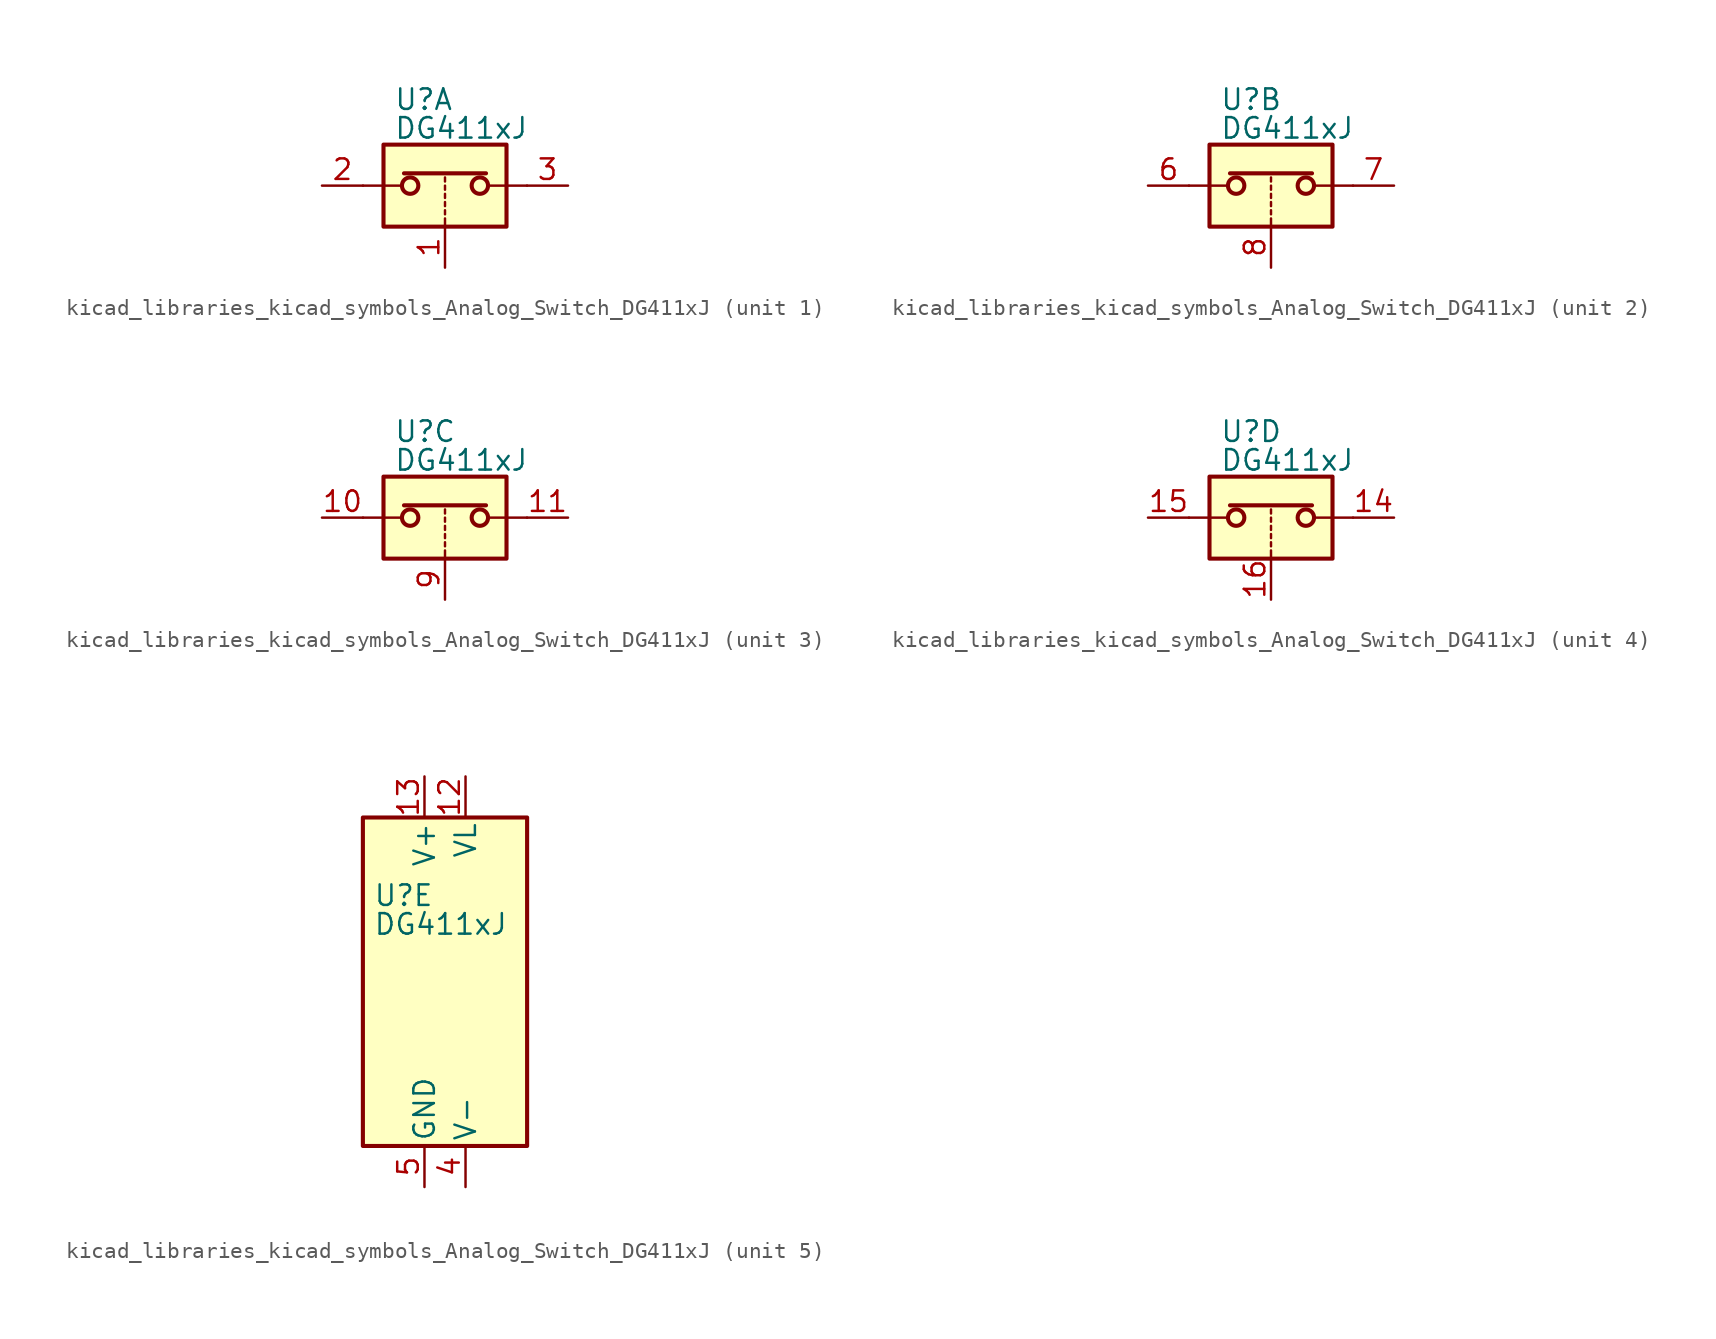
<source format=kicad_sym>
(kicad_symbol_lib
  (version 20220914)
  (generator kicad_symbol_editor)
  (symbol "kicad_libraries_kicad_symbols_Analog_Switch_DG411xJ"
    (pin_names
      (offset 0.254))
    (property "Reference" "U"
      (at -3.175 5.334 0)
      (effects (font (size 1.27 1.27)) (justify left)))
    (property "Value" "DG411xJ"
      (at -3.175 3.556 0)
      (effects (font (size 1.27 1.27)) (justify left)))
    (symbol "kicad_libraries_kicad_symbols_Analog_Switch_DG411xJ_1_1"
      (rectangle (start -3.81 2.54) (end 3.81 -2.54) (stroke (width 0.254) (type default)) (fill (type background)))
      (circle (center -2.159 0) (radius 0.508) (stroke (width 0.254) (type default)) (fill (type none)))
      (polyline (pts (xy -5.08 0) (xy -2.794 0)) (stroke (width 0) (type default)) (fill (type none)))
      (polyline (pts (xy -2.54 0.762) (xy 2.54 0.762)) (stroke (width 0.254) (type default)) (fill (type none)))
      (polyline (pts (xy 0 -2.54) (xy 0 -2.032)) (stroke (width 0) (type default)) (fill (type none)))
      (polyline (pts (xy 0 -1.778) (xy 0 -1.524)) (stroke (width 0) (type default)) (fill (type none)))
      (polyline (pts (xy 0 -1.27) (xy 0 -1.016)) (stroke (width 0) (type default)) (fill (type none)))
      (polyline (pts (xy 0 -0.762) (xy 0 -0.508)) (stroke (width 0) (type default)) (fill (type none)))
      (polyline (pts (xy 0 -0.254) (xy 0 0)) (stroke (width 0) (type default)) (fill (type none)))
      (polyline (pts (xy 0 0.254) (xy 0 0.508)) (stroke (width 0) (type default)) (fill (type none)))
      (polyline (pts (xy 5.08 0) (xy 2.794 0)) (stroke (width 0) (type default)) (fill (type none)))
      (circle (center 2.159 0) (radius 0.508) (stroke (width 0.254) (type default)) (fill (type none)))
      (pin input line (at 0 -5.08 90) (length 2.54) (name "~" (effects (font (size 1.27 1.27)))) (number "1" (effects (font (size 1.27 1.27)))))
      (pin passive line (at -7.62 0 0) (length 2.54) (name "~" (effects (font (size 1.27 1.27)))) (number "2" (effects (font (size 1.27 1.27)))))
      (pin passive line (at 7.62 0 180) (length 2.54) (name "~" (effects (font (size 1.27 1.27)))) (number "3" (effects (font (size 1.27 1.27))))))
    (symbol "kicad_libraries_kicad_symbols_Analog_Switch_DG411xJ_2_1"
      (rectangle (start -3.81 2.54) (end 3.81 -2.54) (stroke (width 0.254) (type default)) (fill (type background)))
      (circle (center -2.159 0) (radius 0.508) (stroke (width 0.254) (type default)) (fill (type none)))
      (polyline (pts (xy -5.08 0) (xy -2.794 0)) (stroke (width 0) (type default)) (fill (type none)))
      (polyline (pts (xy -2.54 0.762) (xy 2.54 0.762)) (stroke (width 0.254) (type default)) (fill (type none)))
      (polyline (pts (xy 0 -2.54) (xy 0 -2.032)) (stroke (width 0) (type default)) (fill (type none)))
      (polyline (pts (xy 0 -1.778) (xy 0 -1.524)) (stroke (width 0) (type default)) (fill (type none)))
      (polyline (pts (xy 0 -1.27) (xy 0 -1.016)) (stroke (width 0) (type default)) (fill (type none)))
      (polyline (pts (xy 0 -0.762) (xy 0 -0.508)) (stroke (width 0) (type default)) (fill (type none)))
      (polyline (pts (xy 0 -0.254) (xy 0 0)) (stroke (width 0) (type default)) (fill (type none)))
      (polyline (pts (xy 0 0.254) (xy 0 0.508)) (stroke (width 0) (type default)) (fill (type none)))
      (polyline (pts (xy 5.08 0) (xy 2.794 0)) (stroke (width 0) (type default)) (fill (type none)))
      (circle (center 2.159 0) (radius 0.508) (stroke (width 0.254) (type default)) (fill (type none)))
      (pin passive line (at -7.62 0 0) (length 2.54) (name "~" (effects (font (size 1.27 1.27)))) (number "6" (effects (font (size 1.27 1.27)))))
      (pin passive line (at 7.62 0 180) (length 2.54) (name "~" (effects (font (size 1.27 1.27)))) (number "7" (effects (font (size 1.27 1.27)))))
      (pin input line (at 0 -5.08 90) (length 2.54) (name "~" (effects (font (size 1.27 1.27)))) (number "8" (effects (font (size 1.27 1.27))))))
    (symbol "kicad_libraries_kicad_symbols_Analog_Switch_DG411xJ_3_1"
      (rectangle (start -3.81 2.54) (end 3.81 -2.54) (stroke (width 0.254) (type default)) (fill (type background)))
      (circle (center -2.159 0) (radius 0.508) (stroke (width 0.254) (type default)) (fill (type none)))
      (polyline (pts (xy -5.08 0) (xy -2.794 0)) (stroke (width 0) (type default)) (fill (type none)))
      (polyline (pts (xy -2.54 0.762) (xy 2.54 0.762)) (stroke (width 0.254) (type default)) (fill (type none)))
      (polyline (pts (xy 0 -2.54) (xy 0 -2.032)) (stroke (width 0) (type default)) (fill (type none)))
      (polyline (pts (xy 0 -1.778) (xy 0 -1.524)) (stroke (width 0) (type default)) (fill (type none)))
      (polyline (pts (xy 0 -1.27) (xy 0 -1.016)) (stroke (width 0) (type default)) (fill (type none)))
      (polyline (pts (xy 0 -0.762) (xy 0 -0.508)) (stroke (width 0) (type default)) (fill (type none)))
      (polyline (pts (xy 0 -0.254) (xy 0 0)) (stroke (width 0) (type default)) (fill (type none)))
      (polyline (pts (xy 0 0.254) (xy 0 0.508)) (stroke (width 0) (type default)) (fill (type none)))
      (polyline (pts (xy 5.08 0) (xy 2.794 0)) (stroke (width 0) (type default)) (fill (type none)))
      (circle (center 2.159 0) (radius 0.508) (stroke (width 0.254) (type default)) (fill (type none)))
      (pin passive line (at -7.62 0 0) (length 2.54) (name "~" (effects (font (size 1.27 1.27)))) (number "10" (effects (font (size 1.27 1.27)))))
      (pin passive line (at 7.62 0 180) (length 2.54) (name "~" (effects (font (size 1.27 1.27)))) (number "11" (effects (font (size 1.27 1.27)))))
      (pin input line (at 0 -5.08 90) (length 2.54) (name "~" (effects (font (size 1.27 1.27)))) (number "9" (effects (font (size 1.27 1.27))))))
    (symbol "kicad_libraries_kicad_symbols_Analog_Switch_DG411xJ_4_1"
      (rectangle (start -3.81 2.54) (end 3.81 -2.54) (stroke (width 0.254) (type default)) (fill (type background)))
      (circle (center -2.159 0) (radius 0.508) (stroke (width 0.254) (type default)) (fill (type none)))
      (polyline (pts (xy -5.08 0) (xy -2.794 0)) (stroke (width 0) (type default)) (fill (type none)))
      (polyline (pts (xy -2.54 0.762) (xy 2.54 0.762)) (stroke (width 0.254) (type default)) (fill (type none)))
      (polyline (pts (xy 0 -2.54) (xy 0 -2.032)) (stroke (width 0) (type default)) (fill (type none)))
      (polyline (pts (xy 0 -1.778) (xy 0 -1.524)) (stroke (width 0) (type default)) (fill (type none)))
      (polyline (pts (xy 0 -1.27) (xy 0 -1.016)) (stroke (width 0) (type default)) (fill (type none)))
      (polyline (pts (xy 0 -0.762) (xy 0 -0.508)) (stroke (width 0) (type default)) (fill (type none)))
      (polyline (pts (xy 0 -0.254) (xy 0 0)) (stroke (width 0) (type default)) (fill (type none)))
      (polyline (pts (xy 0 0.254) (xy 0 0.508)) (stroke (width 0) (type default)) (fill (type none)))
      (polyline (pts (xy 5.08 0) (xy 2.794 0)) (stroke (width 0) (type default)) (fill (type none)))
      (circle (center 2.159 0) (radius 0.508) (stroke (width 0.254) (type default)) (fill (type none)))
      (pin passive line (at 7.62 0 180) (length 2.54) (name "~" (effects (font (size 1.27 1.27)))) (number "14" (effects (font (size 1.27 1.27)))))
      (pin passive line (at -7.62 0 0) (length 2.54) (name "~" (effects (font (size 1.27 1.27)))) (number "15" (effects (font (size 1.27 1.27)))))
      (pin input line (at 0 -5.08 90) (length 2.54) (name "~" (effects (font (size 1.27 1.27)))) (number "16" (effects (font (size 1.27 1.27))))))
    (symbol "kicad_libraries_kicad_symbols_Analog_Switch_DG411xJ_5_0"
      (pin power_in line (at 2.54 12.7 270) (length 2.54) (name "VL" (effects (font (size 1.27 1.27)))) (number "12" (effects (font (size 1.27 1.27)))))
      (pin power_in line (at 0 12.7 270) (length 2.54) (name "V+" (effects (font (size 1.27 1.27)))) (number "13" (effects (font (size 1.27 1.27)))))
      (pin power_in line (at 2.54 -12.7 90) (length 2.54) (name "V-" (effects (font (size 1.27 1.27)))) (number "4" (effects (font (size 1.27 1.27)))))
      (pin power_in line (at 0 -12.7 90) (length 2.54) (name "GND" (effects (font (size 1.27 1.27)))) (number "5" (effects (font (size 1.27 1.27))))))
    (symbol "kicad_libraries_kicad_symbols_Analog_Switch_DG411xJ_5_1"
      (rectangle (start -3.81 10.16) (end 6.35 -10.16) (stroke (width 0.254) (type default)) (fill (type background))))))
</source>
